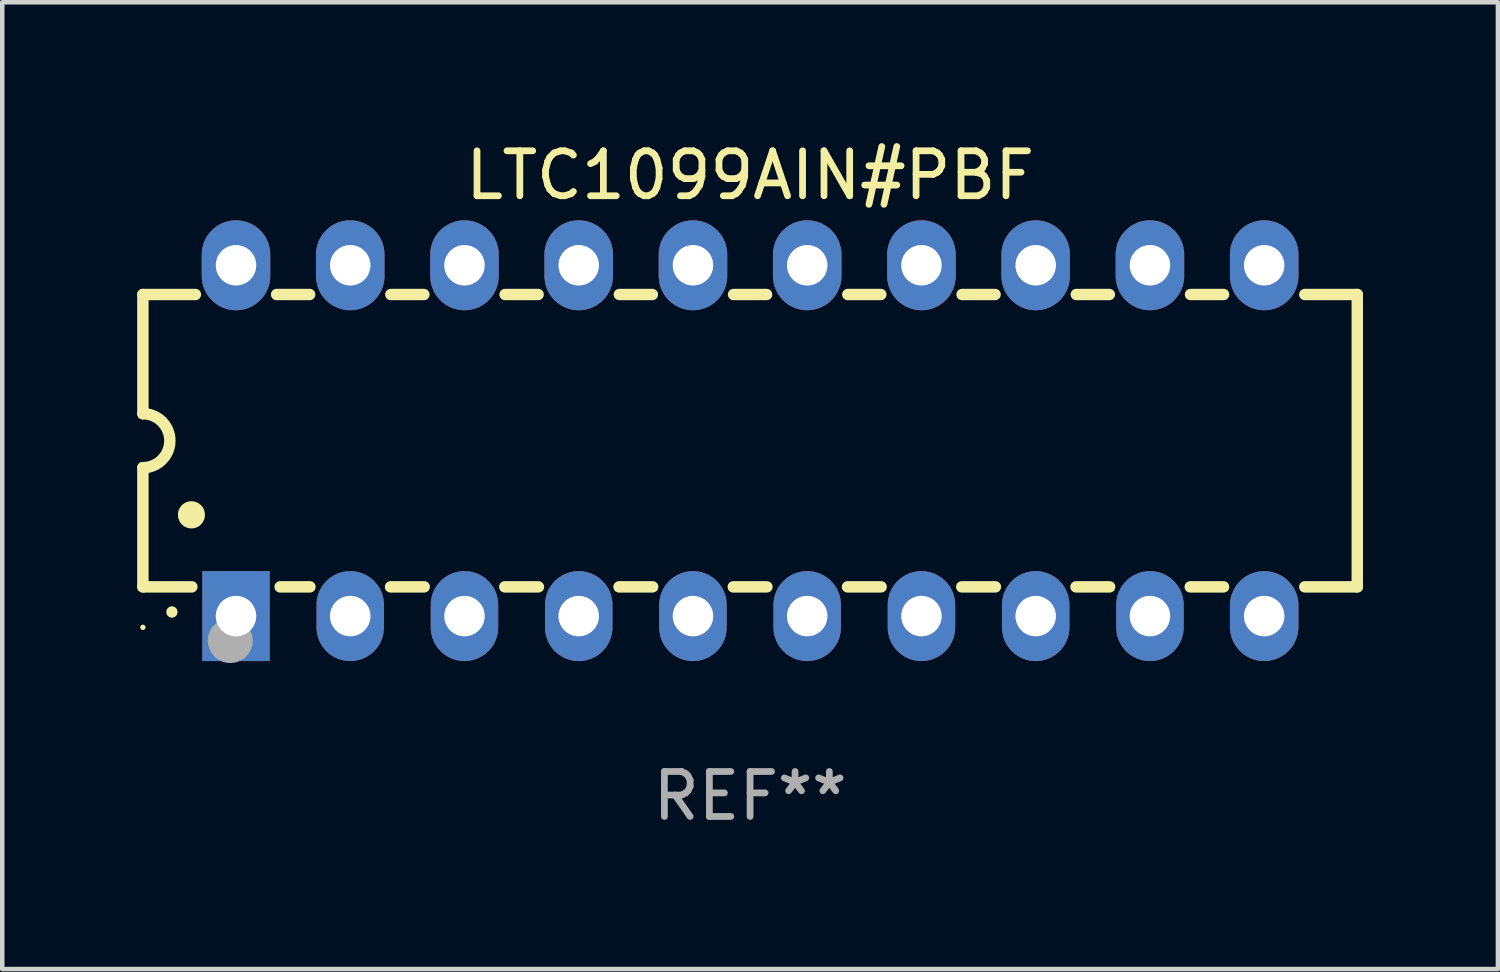
<source format=kicad_pcb>
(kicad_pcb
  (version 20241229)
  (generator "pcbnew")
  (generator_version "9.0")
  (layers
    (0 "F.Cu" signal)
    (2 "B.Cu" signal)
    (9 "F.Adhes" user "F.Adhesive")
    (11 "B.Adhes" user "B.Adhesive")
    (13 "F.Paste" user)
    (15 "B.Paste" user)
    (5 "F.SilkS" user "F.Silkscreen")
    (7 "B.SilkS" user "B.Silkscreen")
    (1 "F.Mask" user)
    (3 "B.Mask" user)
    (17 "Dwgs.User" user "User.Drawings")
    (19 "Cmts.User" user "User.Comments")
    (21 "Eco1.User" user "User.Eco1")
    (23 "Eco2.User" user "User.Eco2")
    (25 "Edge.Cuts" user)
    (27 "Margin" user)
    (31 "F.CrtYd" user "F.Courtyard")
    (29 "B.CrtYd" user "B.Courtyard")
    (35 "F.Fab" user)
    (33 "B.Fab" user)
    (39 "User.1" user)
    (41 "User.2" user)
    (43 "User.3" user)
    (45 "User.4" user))
  (footprint "LTC1099AIN#PBF"
    (layer "F.Cu")
    (at 13.627 6.748)
    (property "Reference" "LTC1099AIN#PBF" (at 0 -5.9 0) (layer "F.SilkS") (effects (font (size 1 1) (thickness 0.15))))
    (attr through_hole)
    (fp_line (start -13.5 -3.25) (end -12.333 -3.25) (stroke (width 0.254) (type solid)) (layer "F.SilkS"))
    (fp_line (start -13.5 -0.6) (end -13.5 -3.25) (stroke (width 0.254) (type solid)) (layer "F.SilkS"))
    (fp_line (start -13.5 3.25) (end -13.5 0.6) (stroke (width 0.254) (type solid)) (layer "F.SilkS"))
    (fp_line (start -13.5 3.25) (end -12.411 3.25) (stroke (width 0.254) (type solid)) (layer "F.SilkS"))
    (fp_line (start -10.527 -3.25) (end -9.793 -3.25) (stroke (width 0.254) (type solid)) (layer "F.SilkS"))
    (fp_line (start -10.449 3.25) (end -9.786 3.25) (stroke (width 0.254) (type solid)) (layer "F.SilkS"))
    (fp_line (start -7.994 3.25) (end -7.246 3.25) (stroke (width 0.254) (type solid)) (layer "F.SilkS"))
    (fp_line (start -7.987 -3.25) (end -7.253 -3.25) (stroke (width 0.254) (type solid)) (layer "F.SilkS"))
    (fp_line (start -5.454 3.25) (end -4.706 3.25) (stroke (width 0.254) (type solid)) (layer "F.SilkS"))
    (fp_line (start -5.447 -3.25) (end -4.713 -3.25) (stroke (width 0.254) (type solid)) (layer "F.SilkS"))
    (fp_line (start -2.914 3.25) (end -2.166 3.25) (stroke (width 0.254) (type solid)) (layer "F.SilkS"))
    (fp_line (start -2.907 -3.25) (end -2.173 -3.25) (stroke (width 0.254) (type solid)) (layer "F.SilkS"))
    (fp_line (start -0.374 3.25) (end 0.374 3.25) (stroke (width 0.254) (type solid)) (layer "F.SilkS"))
    (fp_line (start -0.367 -3.25) (end 0.367 -3.25) (stroke (width 0.254) (type solid)) (layer "F.SilkS"))
    (fp_line (start 2.166 3.25) (end 2.914 3.25) (stroke (width 0.254) (type solid)) (layer "F.SilkS"))
    (fp_line (start 2.173 -3.25) (end 2.907 -3.25) (stroke (width 0.254) (type solid)) (layer "F.SilkS"))
    (fp_line (start 4.706 3.25) (end 5.454 3.25) (stroke (width 0.254) (type solid)) (layer "F.SilkS"))
    (fp_line (start 4.713 -3.25) (end 5.447 -3.25) (stroke (width 0.254) (type solid)) (layer "F.SilkS"))
    (fp_line (start 7.246 3.25) (end 7.994 3.25) (stroke (width 0.254) (type solid)) (layer "F.SilkS"))
    (fp_line (start 7.253 -3.25) (end 7.987 -3.25) (stroke (width 0.254) (type solid)) (layer "F.SilkS"))
    (fp_line (start 9.786 3.25) (end 10.527 3.25) (stroke (width 0.254) (type solid)) (layer "F.SilkS"))
    (fp_line (start 9.793 -3.25) (end 10.527 -3.25) (stroke (width 0.254) (type solid)) (layer "F.SilkS"))
    (fp_line (start 12.333 -3.25) (end 13.5 -3.25) (stroke (width 0.254) (type solid)) (layer "F.SilkS"))
    (fp_line (start 12.333 3.25) (end 13.5 3.25) (stroke (width 0.254) (type solid)) (layer "F.SilkS"))
    (fp_line (start 13.5 -3.25) (end 13.5 3.25) (stroke (width 0.254) (type solid)) (layer "F.SilkS"))
    (fp_arc (start -13.500127 -0.599442) (mid -12.900406 0.000228) (end -13.500025 0.6) (stroke (width 0.254001) (type solid)) (layer "F.SilkS"))
    (fp_arc (start -12.854966 3.810008) (mid -12.854973 3.808738) (end -12.854966 3.807468) (stroke (width 0.25) (type solid)) (layer "F.SilkS"))
    (fp_arc (start -12.420625 1.651003) (mid -12.420636 1.648463) (end -12.420625 1.645923) (stroke (width 0.6) (type solid)) (layer "F.SilkS"))
    (fp_circle (center -13.5 4.15) (end -13.47 4.15) (stroke (width 0.06) (type solid)) (fill no) (layer "F.SilkS"))
    (fp_circle (center -11.557 4.445) (end -11.307 4.445) (stroke (width 0.5) (type solid)) (fill no) (layer "F.Fab"))
    (fp_text user "REF**" (at 0 7.9 0) (layer "F.Fab") (effects (font (size 1 1) (thickness 0.15))))
    (pad "1" thru_hole rect (at -11.43 3.9 90) (size 2 1.5) (drill 0.9) (layers "*.Cu" "*.Mask"))
    (pad "2" thru_hole oval (at -8.89 3.9 90) (size 2 1.5) (drill 0.9) (layers "*.Cu" "*.Mask"))
    (pad "3" thru_hole oval (at -6.35 3.9 90) (size 2 1.5) (drill 0.9) (layers "*.Cu" "*.Mask"))
    (pad "4" thru_hole oval (at -3.81 3.9 90) (size 2 1.5) (drill 0.9) (layers "*.Cu" "*.Mask"))
    (pad "5" thru_hole oval (at -1.27 3.9 90) (size 2 1.5) (drill 0.9) (layers "*.Cu" "*.Mask"))
    (pad "6" thru_hole oval (at 1.27 3.9 90) (size 2 1.5) (drill 0.9) (layers "*.Cu" "*.Mask"))
    (pad "7" thru_hole oval (at 3.81 3.9 90) (size 2 1.5) (drill 0.9) (layers "*.Cu" "*.Mask"))
    (pad "8" thru_hole oval (at 6.35 3.9 90) (size 2 1.5) (drill 0.9) (layers "*.Cu" "*.Mask"))
    (pad "9" thru_hole oval (at 8.89 3.9 90) (size 2 1.5) (drill 0.9) (layers "*.Cu" "*.Mask"))
    (pad "10" thru_hole oval (at 11.43 3.9 90) (size 2 1.524) (drill 0.9) (layers "*.Cu" "*.Mask"))
    (pad "11" thru_hole oval (at 11.43 -3.9 90) (size 2 1.524) (drill 0.9) (layers "*.Cu" "*.Mask"))
    (pad "12" thru_hole oval (at 8.89 -3.9 90) (size 2 1.524) (drill 0.9) (layers "*.Cu" "*.Mask"))
    (pad "13" thru_hole oval (at 6.35 -3.9 90) (size 2 1.524) (drill 0.9) (layers "*.Cu" "*.Mask"))
    (pad "14" thru_hole oval (at 3.81 -3.9 90) (size 2 1.524) (drill 0.9) (layers "*.Cu" "*.Mask"))
    (pad "15" thru_hole oval (at 1.27 -3.9 90) (size 2 1.524) (drill 0.9) (layers "*.Cu" "*.Mask"))
    (pad "16" thru_hole oval (at -1.27 -3.9 90) (size 2 1.524) (drill 0.9) (layers "*.Cu" "*.Mask"))
    (pad "17" thru_hole oval (at -3.81 -3.9 90) (size 2 1.524) (drill 0.9) (layers "*.Cu" "*.Mask"))
    (pad "18" thru_hole oval (at -6.35 -3.9 90) (size 2 1.524) (drill 0.9) (layers "*.Cu" "*.Mask"))
    (pad "19" thru_hole oval (at -8.89 -3.9 90) (size 2 1.524) (drill 0.9) (layers "*.Cu" "*.Mask"))
    (pad "20" thru_hole oval (at -11.43 -3.9 90) (size 2 1.524) (drill 0.9) (layers "*.Cu" "*.Mask")))
  (gr_rect
    (start -3 -3)
    (end 30.254 18.496)
    (stroke (width 0.1) (type default))
    (fill no)
    (layer "Edge.Cuts")))
</source>
